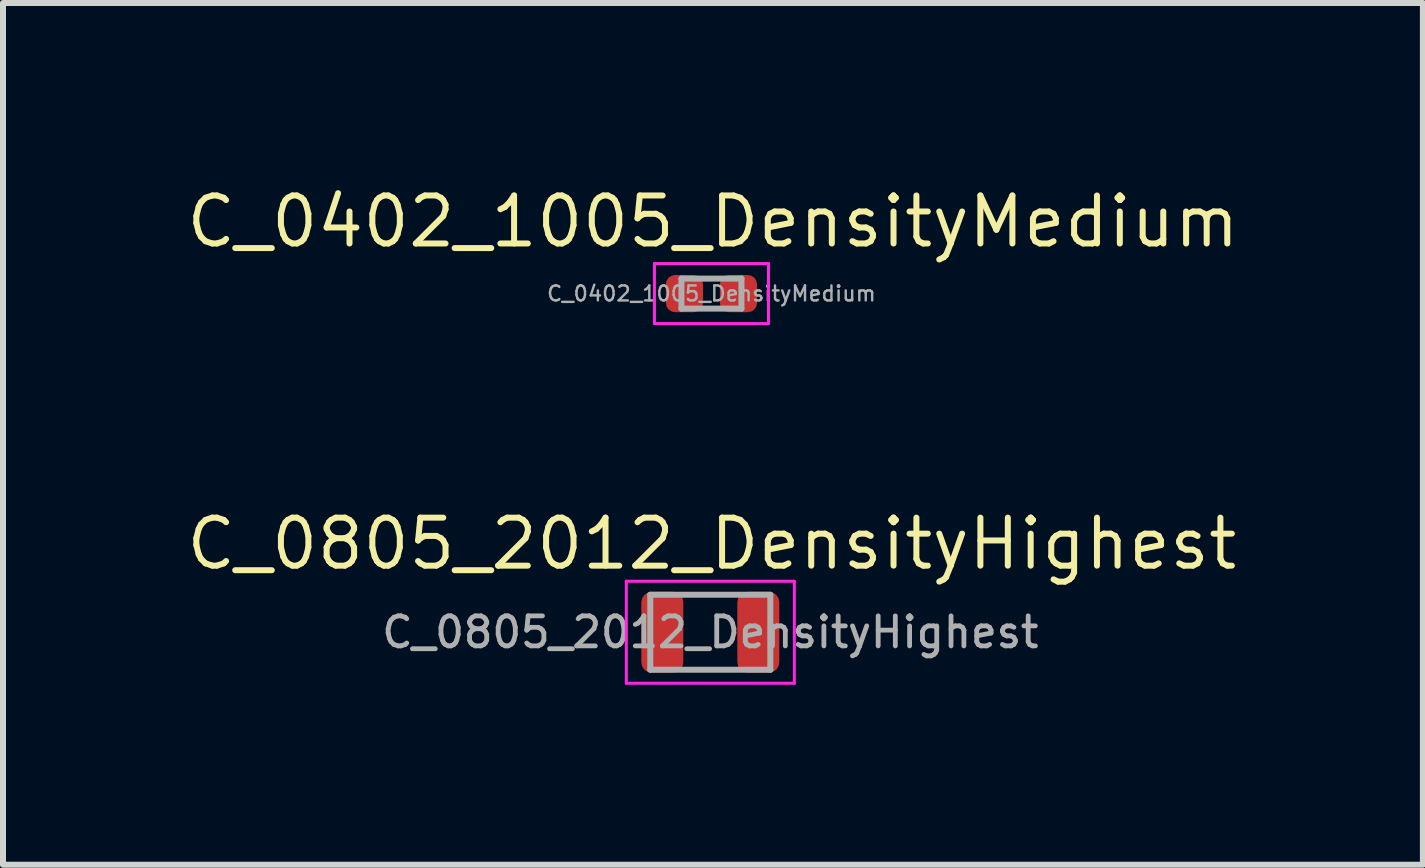
<source format=kicad_pcb>
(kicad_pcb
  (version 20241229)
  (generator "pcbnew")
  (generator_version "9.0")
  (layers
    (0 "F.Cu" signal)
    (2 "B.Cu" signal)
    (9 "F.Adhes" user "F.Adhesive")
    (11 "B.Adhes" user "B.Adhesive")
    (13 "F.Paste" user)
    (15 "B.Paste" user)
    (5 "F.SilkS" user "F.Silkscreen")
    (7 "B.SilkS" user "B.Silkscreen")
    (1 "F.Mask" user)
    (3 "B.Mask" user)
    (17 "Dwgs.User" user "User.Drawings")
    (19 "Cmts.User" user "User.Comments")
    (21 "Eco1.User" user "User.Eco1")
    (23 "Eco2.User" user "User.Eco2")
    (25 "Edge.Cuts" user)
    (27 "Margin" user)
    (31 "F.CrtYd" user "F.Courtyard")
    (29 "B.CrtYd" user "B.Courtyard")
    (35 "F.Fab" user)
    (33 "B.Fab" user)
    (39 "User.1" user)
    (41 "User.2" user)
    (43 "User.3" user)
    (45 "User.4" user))
  (footprint "C_0805_2012_DensityHighest"
    (layer "F.Cu")
    (at 8.788 7.487)
    (property "Reference" "C_0805_2012_DensityHighest" (at 0.025 -1.475 0) (unlocked yes) (layer "F.SilkS") (effects (font (size 0.8 0.8) (thickness 0.1))))
    (attr smd)
    (fp_line (start -1.4 -0.85) (end 1.4 -0.85) (stroke (width 0.05) (type solid)) (layer "F.CrtYd"))
    (fp_line (start -1.4 0.85) (end -1.4 -0.85) (stroke (width 0.05) (type solid)) (layer "F.CrtYd"))
    (fp_line (start 1.4 -0.85) (end 1.4 0.85) (stroke (width 0.05) (type solid)) (layer "F.CrtYd"))
    (fp_line (start 1.4 0.85) (end -1.4 0.85) (stroke (width 0.05) (type solid)) (layer "F.CrtYd"))
    (fp_line (start -1 -0.625) (end 1 -0.625) (stroke (width 0.1) (type solid)) (layer "F.Fab"))
    (fp_line (start -1 0.625) (end -1 -0.625) (stroke (width 0.1) (type solid)) (layer "F.Fab"))
    (fp_line (start 1 -0.625) (end 1 0.625) (stroke (width 0.1) (type solid)) (layer "F.Fab"))
    (fp_line (start 1 0.625) (end -1 0.625) (stroke (width 0.1) (type solid)) (layer "F.Fab"))
    (fp_text user "${REFERENCE}" (at 0 0 0) (layer "F.Fab") (effects (font (size 0.5 0.5) (thickness 0.08))))
    (pad "1" smd roundrect (at -0.8 0) (size 0.7 1.35) (layers "F.Cu" "F.Mask" "F.Paste") (roundrect_rratio 0.25))
    (pad "2" smd roundrect (at 0.8 0) (size 0.7 1.35) (layers "F.Cu" "F.Mask" "F.Paste") (roundrect_rratio 0.25)))
  (footprint "C_0402_1005_DensityMedium"
    (layer "F.Cu")
    (at 8.807 1.843)
    (property "Reference" "C_0402_1005_DensityMedium" (at 0.025 -1.2 0) (unlocked yes) (layer "F.SilkS") (effects (font (size 0.8 0.8) (thickness 0.1))))
    (attr smd)
    (fp_line (start -0.95 -0.5) (end 0.95 -0.5) (stroke (width 0.05) (type solid)) (layer "F.CrtYd"))
    (fp_line (start -0.95 0.5) (end -0.95 -0.5) (stroke (width 0.05) (type solid)) (layer "F.CrtYd"))
    (fp_line (start 0.95 -0.5) (end 0.95 0.5) (stroke (width 0.05) (type solid)) (layer "F.CrtYd"))
    (fp_line (start 0.95 0.5) (end -0.95 0.5) (stroke (width 0.05) (type solid)) (layer "F.CrtYd"))
    (fp_line (start -0.5 -0.25) (end 0.5 -0.25) (stroke (width 0.1) (type solid)) (layer "F.Fab"))
    (fp_line (start -0.5 0.25) (end -0.5 -0.25) (stroke (width 0.1) (type solid)) (layer "F.Fab"))
    (fp_line (start 0.5 -0.25) (end 0.5 0.25) (stroke (width 0.1) (type solid)) (layer "F.Fab"))
    (fp_line (start 0.5 0.25) (end -0.5 0.25) (stroke (width 0.1) (type solid)) (layer "F.Fab"))
    (fp_text user "${REFERENCE}" (at 0 0 0) (layer "F.Fab") (effects (font (size 0.25 0.25) (thickness 0.04))))
    (pad "1" smd roundrect (at -0.45 0) (size 0.62 0.62) (layers "F.Cu" "F.Mask" "F.Paste") (roundrect_rratio 0.25))
    (pad "2" smd roundrect (at 0.45 0) (size 0.62 0.62) (layers "F.Cu" "F.Mask" "F.Paste") (roundrect_rratio 0.25)))
  (gr_rect
    (start -3 -3)
    (end 20.664 11.362)
    (stroke (width 0.1) (type default))
    (fill no)
    (layer "Edge.Cuts")))
</source>
